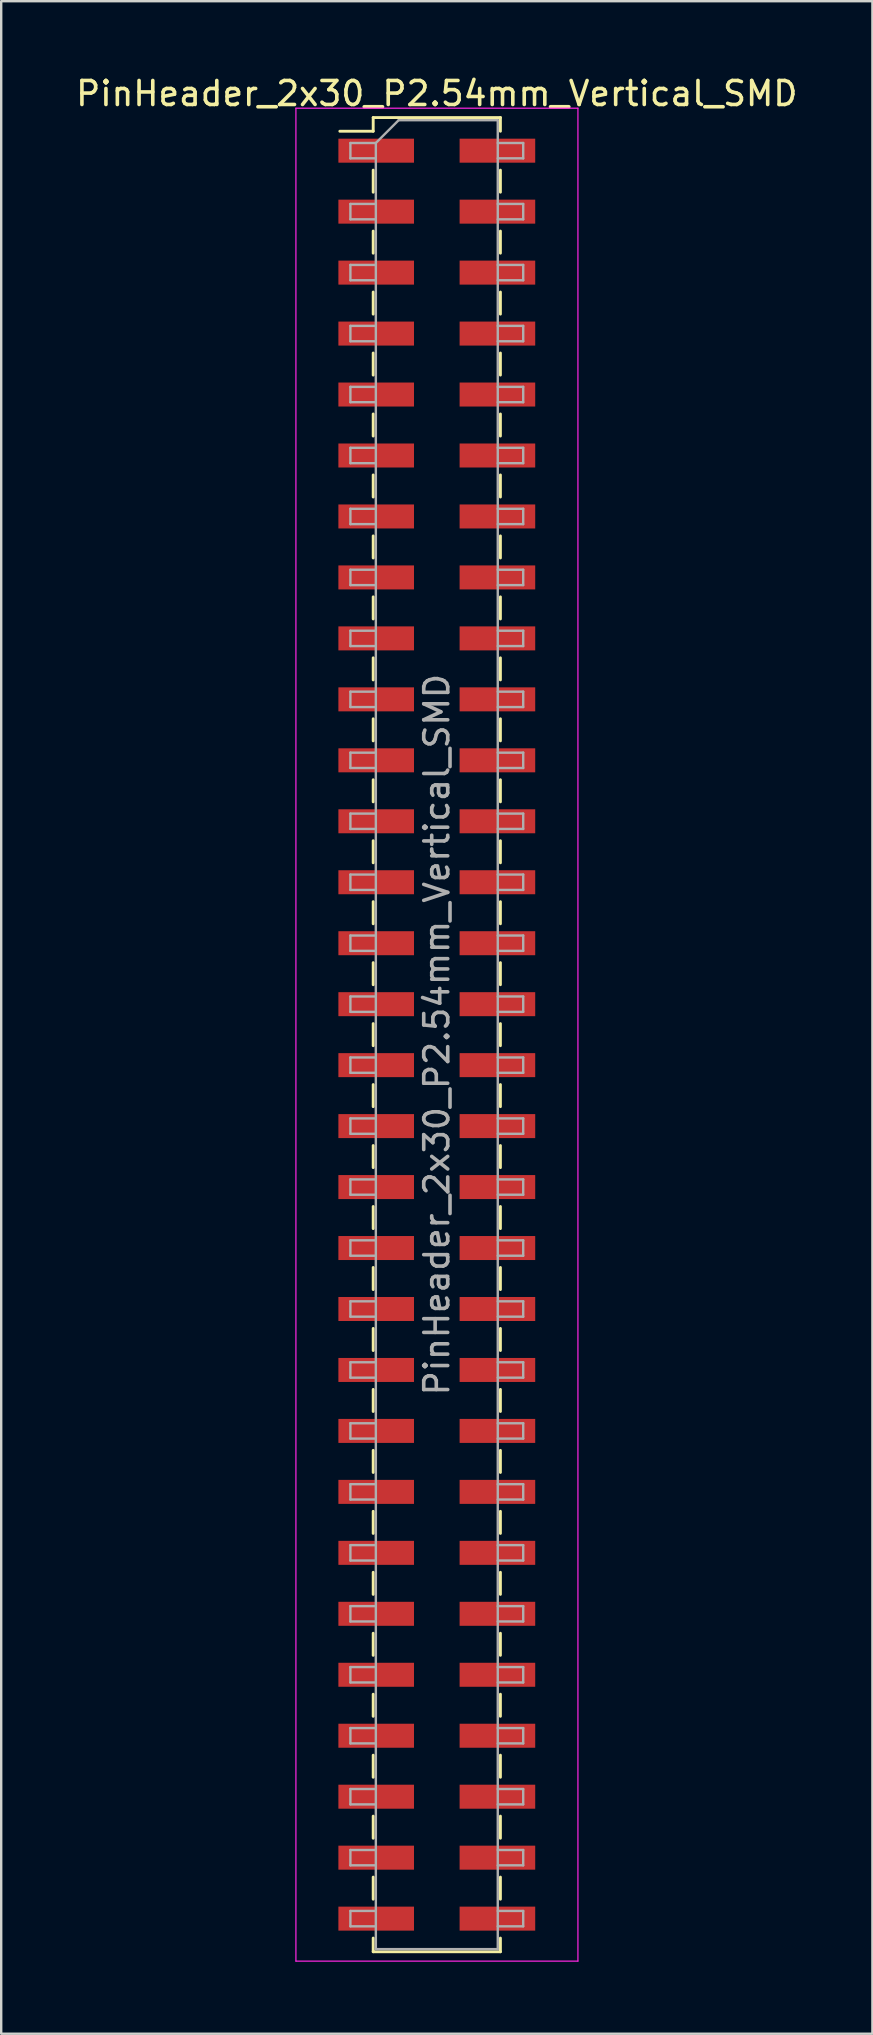
<source format=kicad_pcb>
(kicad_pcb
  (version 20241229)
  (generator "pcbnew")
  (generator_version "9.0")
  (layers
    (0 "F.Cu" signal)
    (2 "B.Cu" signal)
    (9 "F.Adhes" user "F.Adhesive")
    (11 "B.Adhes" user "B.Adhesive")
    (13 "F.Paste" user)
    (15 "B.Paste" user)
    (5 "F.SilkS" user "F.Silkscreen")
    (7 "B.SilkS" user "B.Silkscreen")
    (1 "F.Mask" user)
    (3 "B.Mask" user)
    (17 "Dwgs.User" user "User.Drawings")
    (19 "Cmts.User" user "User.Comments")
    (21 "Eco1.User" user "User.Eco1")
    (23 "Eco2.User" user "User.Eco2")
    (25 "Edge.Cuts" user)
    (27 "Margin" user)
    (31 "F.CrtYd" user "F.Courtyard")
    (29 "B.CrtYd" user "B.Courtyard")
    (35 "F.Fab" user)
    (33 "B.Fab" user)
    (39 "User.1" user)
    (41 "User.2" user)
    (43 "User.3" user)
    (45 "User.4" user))
  (footprint "PinHeader_2x30_P2.54mm_Vertical_SMD"
    (layer "F.Cu")
    (at 15.149 40.058)
    (property "Reference" "PinHeader_2x30_P2.54mm_Vertical_SMD" (at 0 -39.21 0) (layer "F.SilkS") (effects (font (size 1 1) (thickness 0.15))))
    (attr smd)
    (fp_line (start -4.04 -37.64) (end -2.65 -37.64) (stroke (width 0.12) (type solid)) (layer "F.SilkS"))
    (fp_line (start -2.65 -38.21) (end -2.65 -37.64) (stroke (width 0.12) (type solid)) (layer "F.SilkS"))
    (fp_line (start -2.65 -38.21) (end 2.65 -38.21) (stroke (width 0.12) (type solid)) (layer "F.SilkS"))
    (fp_line (start -2.65 -36.02) (end -2.65 -35.1) (stroke (width 0.12) (type solid)) (layer "F.SilkS"))
    (fp_line (start -2.65 -33.48) (end -2.65 -32.56) (stroke (width 0.12) (type solid)) (layer "F.SilkS"))
    (fp_line (start -2.65 -30.94) (end -2.65 -30.02) (stroke (width 0.12) (type solid)) (layer "F.SilkS"))
    (fp_line (start -2.65 -28.4) (end -2.65 -27.48) (stroke (width 0.12) (type solid)) (layer "F.SilkS"))
    (fp_line (start -2.65 -25.86) (end -2.65 -24.94) (stroke (width 0.12) (type solid)) (layer "F.SilkS"))
    (fp_line (start -2.65 -23.32) (end -2.65 -22.4) (stroke (width 0.12) (type solid)) (layer "F.SilkS"))
    (fp_line (start -2.65 -20.78) (end -2.65 -19.86) (stroke (width 0.12) (type solid)) (layer "F.SilkS"))
    (fp_line (start -2.65 -18.24) (end -2.65 -17.32) (stroke (width 0.12) (type solid)) (layer "F.SilkS"))
    (fp_line (start -2.65 -15.7) (end -2.65 -14.78) (stroke (width 0.12) (type solid)) (layer "F.SilkS"))
    (fp_line (start -2.65 -13.16) (end -2.65 -12.24) (stroke (width 0.12) (type solid)) (layer "F.SilkS"))
    (fp_line (start -2.65 -10.62) (end -2.65 -9.7) (stroke (width 0.12) (type solid)) (layer "F.SilkS"))
    (fp_line (start -2.65 -8.08) (end -2.65 -7.16) (stroke (width 0.12) (type solid)) (layer "F.SilkS"))
    (fp_line (start -2.65 -5.54) (end -2.65 -4.62) (stroke (width 0.12) (type solid)) (layer "F.SilkS"))
    (fp_line (start -2.65 -3) (end -2.65 -2.08) (stroke (width 0.12) (type solid)) (layer "F.SilkS"))
    (fp_line (start -2.65 -0.46) (end -2.65 0.46) (stroke (width 0.12) (type solid)) (layer "F.SilkS"))
    (fp_line (start -2.65 2.08) (end -2.65 3) (stroke (width 0.12) (type solid)) (layer "F.SilkS"))
    (fp_line (start -2.65 4.62) (end -2.65 5.54) (stroke (width 0.12) (type solid)) (layer "F.SilkS"))
    (fp_line (start -2.65 7.16) (end -2.65 8.08) (stroke (width 0.12) (type solid)) (layer "F.SilkS"))
    (fp_line (start -2.65 9.7) (end -2.65 10.62) (stroke (width 0.12) (type solid)) (layer "F.SilkS"))
    (fp_line (start -2.65 12.24) (end -2.65 13.16) (stroke (width 0.12) (type solid)) (layer "F.SilkS"))
    (fp_line (start -2.65 14.78) (end -2.65 15.7) (stroke (width 0.12) (type solid)) (layer "F.SilkS"))
    (fp_line (start -2.65 17.32) (end -2.65 18.24) (stroke (width 0.12) (type solid)) (layer "F.SilkS"))
    (fp_line (start -2.65 19.86) (end -2.65 20.78) (stroke (width 0.12) (type solid)) (layer "F.SilkS"))
    (fp_line (start -2.65 22.4) (end -2.65 23.32) (stroke (width 0.12) (type solid)) (layer "F.SilkS"))
    (fp_line (start -2.65 24.94) (end -2.65 25.86) (stroke (width 0.12) (type solid)) (layer "F.SilkS"))
    (fp_line (start -2.65 27.48) (end -2.65 28.4) (stroke (width 0.12) (type solid)) (layer "F.SilkS"))
    (fp_line (start -2.65 30.02) (end -2.65 30.94) (stroke (width 0.12) (type solid)) (layer "F.SilkS"))
    (fp_line (start -2.65 32.56) (end -2.65 33.48) (stroke (width 0.12) (type solid)) (layer "F.SilkS"))
    (fp_line (start -2.65 35.1) (end -2.65 36.02) (stroke (width 0.12) (type solid)) (layer "F.SilkS"))
    (fp_line (start -2.65 37.64) (end -2.65 38.21) (stroke (width 0.12) (type solid)) (layer "F.SilkS"))
    (fp_line (start -2.65 38.21) (end 2.65 38.21) (stroke (width 0.12) (type solid)) (layer "F.SilkS"))
    (fp_line (start 2.65 -38.21) (end 2.65 -37.64) (stroke (width 0.12) (type solid)) (layer "F.SilkS"))
    (fp_line (start 2.65 -36.02) (end 2.65 -35.1) (stroke (width 0.12) (type solid)) (layer "F.SilkS"))
    (fp_line (start 2.65 -33.48) (end 2.65 -32.56) (stroke (width 0.12) (type solid)) (layer "F.SilkS"))
    (fp_line (start 2.65 -30.94) (end 2.65 -30.02) (stroke (width 0.12) (type solid)) (layer "F.SilkS"))
    (fp_line (start 2.65 -28.4) (end 2.65 -27.48) (stroke (width 0.12) (type solid)) (layer "F.SilkS"))
    (fp_line (start 2.65 -25.86) (end 2.65 -24.94) (stroke (width 0.12) (type solid)) (layer "F.SilkS"))
    (fp_line (start 2.65 -23.32) (end 2.65 -22.4) (stroke (width 0.12) (type solid)) (layer "F.SilkS"))
    (fp_line (start 2.65 -20.78) (end 2.65 -19.86) (stroke (width 0.12) (type solid)) (layer "F.SilkS"))
    (fp_line (start 2.65 -18.24) (end 2.65 -17.32) (stroke (width 0.12) (type solid)) (layer "F.SilkS"))
    (fp_line (start 2.65 -15.7) (end 2.65 -14.78) (stroke (width 0.12) (type solid)) (layer "F.SilkS"))
    (fp_line (start 2.65 -13.16) (end 2.65 -12.24) (stroke (width 0.12) (type solid)) (layer "F.SilkS"))
    (fp_line (start 2.65 -10.62) (end 2.65 -9.7) (stroke (width 0.12) (type solid)) (layer "F.SilkS"))
    (fp_line (start 2.65 -8.08) (end 2.65 -7.16) (stroke (width 0.12) (type solid)) (layer "F.SilkS"))
    (fp_line (start 2.65 -5.54) (end 2.65 -4.62) (stroke (width 0.12) (type solid)) (layer "F.SilkS"))
    (fp_line (start 2.65 -3) (end 2.65 -2.08) (stroke (width 0.12) (type solid)) (layer "F.SilkS"))
    (fp_line (start 2.65 -0.46) (end 2.65 0.46) (stroke (width 0.12) (type solid)) (layer "F.SilkS"))
    (fp_line (start 2.65 2.08) (end 2.65 3) (stroke (width 0.12) (type solid)) (layer "F.SilkS"))
    (fp_line (start 2.65 4.62) (end 2.65 5.54) (stroke (width 0.12) (type solid)) (layer "F.SilkS"))
    (fp_line (start 2.65 7.16) (end 2.65 8.08) (stroke (width 0.12) (type solid)) (layer "F.SilkS"))
    (fp_line (start 2.65 9.7) (end 2.65 10.62) (stroke (width 0.12) (type solid)) (layer "F.SilkS"))
    (fp_line (start 2.65 12.24) (end 2.65 13.16) (stroke (width 0.12) (type solid)) (layer "F.SilkS"))
    (fp_line (start 2.65 14.78) (end 2.65 15.7) (stroke (width 0.12) (type solid)) (layer "F.SilkS"))
    (fp_line (start 2.65 17.32) (end 2.65 18.24) (stroke (width 0.12) (type solid)) (layer "F.SilkS"))
    (fp_line (start 2.65 19.86) (end 2.65 20.78) (stroke (width 0.12) (type solid)) (layer "F.SilkS"))
    (fp_line (start 2.65 22.4) (end 2.65 23.32) (stroke (width 0.12) (type solid)) (layer "F.SilkS"))
    (fp_line (start 2.65 24.94) (end 2.65 25.86) (stroke (width 0.12) (type solid)) (layer "F.SilkS"))
    (fp_line (start 2.65 27.48) (end 2.65 28.4) (stroke (width 0.12) (type solid)) (layer "F.SilkS"))
    (fp_line (start 2.65 30.02) (end 2.65 30.94) (stroke (width 0.12) (type solid)) (layer "F.SilkS"))
    (fp_line (start 2.65 32.56) (end 2.65 33.48) (stroke (width 0.12) (type solid)) (layer "F.SilkS"))
    (fp_line (start 2.65 35.1) (end 2.65 36.02) (stroke (width 0.12) (type solid)) (layer "F.SilkS"))
    (fp_line (start 2.65 37.64) (end 2.65 38.21) (stroke (width 0.12) (type solid)) (layer "F.SilkS"))
    (fp_line (start -5.87 -38.6) (end -5.87 38.6) (stroke (width 0.05) (type solid)) (layer "F.CrtYd"))
    (fp_line (start -5.87 38.6) (end 5.88 38.6) (stroke (width 0.05) (type solid)) (layer "F.CrtYd"))
    (fp_line (start 5.88 -38.6) (end -5.87 -38.6) (stroke (width 0.05) (type solid)) (layer "F.CrtYd"))
    (fp_line (start 5.88 38.6) (end 5.88 -38.6) (stroke (width 0.05) (type solid)) (layer "F.CrtYd"))
    (fp_line (start -3.6 -37.15) (end -3.6 -36.51) (stroke (width 0.1) (type solid)) (layer "F.Fab"))
    (fp_line (start -3.6 -36.51) (end -2.54 -36.51) (stroke (width 0.1) (type solid)) (layer "F.Fab"))
    (fp_line (start -3.6 -34.61) (end -3.6 -33.97) (stroke (width 0.1) (type solid)) (layer "F.Fab"))
    (fp_line (start -3.6 -33.97) (end -2.54 -33.97) (stroke (width 0.1) (type solid)) (layer "F.Fab"))
    (fp_line (start -3.6 -32.07) (end -3.6 -31.43) (stroke (width 0.1) (type solid)) (layer "F.Fab"))
    (fp_line (start -3.6 -31.43) (end -2.54 -31.43) (stroke (width 0.1) (type solid)) (layer "F.Fab"))
    (fp_line (start -3.6 -29.53) (end -3.6 -28.89) (stroke (width 0.1) (type solid)) (layer "F.Fab"))
    (fp_line (start -3.6 -28.89) (end -2.54 -28.89) (stroke (width 0.1) (type solid)) (layer "F.Fab"))
    (fp_line (start -3.6 -26.99) (end -3.6 -26.35) (stroke (width 0.1) (type solid)) (layer "F.Fab"))
    (fp_line (start -3.6 -26.35) (end -2.54 -26.35) (stroke (width 0.1) (type solid)) (layer "F.Fab"))
    (fp_line (start -3.6 -24.45) (end -3.6 -23.81) (stroke (width 0.1) (type solid)) (layer "F.Fab"))
    (fp_line (start -3.6 -23.81) (end -2.54 -23.81) (stroke (width 0.1) (type solid)) (layer "F.Fab"))
    (fp_line (start -3.6 -21.91) (end -3.6 -21.27) (stroke (width 0.1) (type solid)) (layer "F.Fab"))
    (fp_line (start -3.6 -21.27) (end -2.54 -21.27) (stroke (width 0.1) (type solid)) (layer "F.Fab"))
    (fp_line (start -3.6 -19.37) (end -3.6 -18.73) (stroke (width 0.1) (type solid)) (layer "F.Fab"))
    (fp_line (start -3.6 -18.73) (end -2.54 -18.73) (stroke (width 0.1) (type solid)) (layer "F.Fab"))
    (fp_line (start -3.6 -16.83) (end -3.6 -16.19) (stroke (width 0.1) (type solid)) (layer "F.Fab"))
    (fp_line (start -3.6 -16.19) (end -2.54 -16.19) (stroke (width 0.1) (type solid)) (layer "F.Fab"))
    (fp_line (start -3.6 -14.29) (end -3.6 -13.65) (stroke (width 0.1) (type solid)) (layer "F.Fab"))
    (fp_line (start -3.6 -13.65) (end -2.54 -13.65) (stroke (width 0.1) (type solid)) (layer "F.Fab"))
    (fp_line (start -3.6 -11.75) (end -3.6 -11.11) (stroke (width 0.1) (type solid)) (layer "F.Fab"))
    (fp_line (start -3.6 -11.11) (end -2.54 -11.11) (stroke (width 0.1) (type solid)) (layer "F.Fab"))
    (fp_line (start -3.6 -9.21) (end -3.6 -8.57) (stroke (width 0.1) (type solid)) (layer "F.Fab"))
    (fp_line (start -3.6 -8.57) (end -2.54 -8.57) (stroke (width 0.1) (type solid)) (layer "F.Fab"))
    (fp_line (start -3.6 -6.67) (end -3.6 -6.03) (stroke (width 0.1) (type solid)) (layer "F.Fab"))
    (fp_line (start -3.6 -6.03) (end -2.54 -6.03) (stroke (width 0.1) (type solid)) (layer "F.Fab"))
    (fp_line (start -3.6 -4.13) (end -3.6 -3.49) (stroke (width 0.1) (type solid)) (layer "F.Fab"))
    (fp_line (start -3.6 -3.49) (end -2.54 -3.49) (stroke (width 0.1) (type solid)) (layer "F.Fab"))
    (fp_line (start -3.6 -1.59) (end -3.6 -0.95) (stroke (width 0.1) (type solid)) (layer "F.Fab"))
    (fp_line (start -3.6 -0.95) (end -2.54 -0.95) (stroke (width 0.1) (type solid)) (layer "F.Fab"))
    (fp_line (start -3.6 0.95) (end -3.6 1.59) (stroke (width 0.1) (type solid)) (layer "F.Fab"))
    (fp_line (start -3.6 1.59) (end -2.54 1.59) (stroke (width 0.1) (type solid)) (layer "F.Fab"))
    (fp_line (start -3.6 3.49) (end -3.6 4.13) (stroke (width 0.1) (type solid)) (layer "F.Fab"))
    (fp_line (start -3.6 4.13) (end -2.54 4.13) (stroke (width 0.1) (type solid)) (layer "F.Fab"))
    (fp_line (start -3.6 6.03) (end -3.6 6.67) (stroke (width 0.1) (type solid)) (layer "F.Fab"))
    (fp_line (start -3.6 6.67) (end -2.54 6.67) (stroke (width 0.1) (type solid)) (layer "F.Fab"))
    (fp_line (start -3.6 8.57) (end -3.6 9.21) (stroke (width 0.1) (type solid)) (layer "F.Fab"))
    (fp_line (start -3.6 9.21) (end -2.54 9.21) (stroke (width 0.1) (type solid)) (layer "F.Fab"))
    (fp_line (start -3.6 11.11) (end -3.6 11.75) (stroke (width 0.1) (type solid)) (layer "F.Fab"))
    (fp_line (start -3.6 11.75) (end -2.54 11.75) (stroke (width 0.1) (type solid)) (layer "F.Fab"))
    (fp_line (start -3.6 13.65) (end -3.6 14.29) (stroke (width 0.1) (type solid)) (layer "F.Fab"))
    (fp_line (start -3.6 14.29) (end -2.54 14.29) (stroke (width 0.1) (type solid)) (layer "F.Fab"))
    (fp_line (start -3.6 16.19) (end -3.6 16.83) (stroke (width 0.1) (type solid)) (layer "F.Fab"))
    (fp_line (start -3.6 16.83) (end -2.54 16.83) (stroke (width 0.1) (type solid)) (layer "F.Fab"))
    (fp_line (start -3.6 18.73) (end -3.6 19.37) (stroke (width 0.1) (type solid)) (layer "F.Fab"))
    (fp_line (start -3.6 19.37) (end -2.54 19.37) (stroke (width 0.1) (type solid)) (layer "F.Fab"))
    (fp_line (start -3.6 21.27) (end -3.6 21.91) (stroke (width 0.1) (type solid)) (layer "F.Fab"))
    (fp_line (start -3.6 21.91) (end -2.54 21.91) (stroke (width 0.1) (type solid)) (layer "F.Fab"))
    (fp_line (start -3.6 23.81) (end -3.6 24.45) (stroke (width 0.1) (type solid)) (layer "F.Fab"))
    (fp_line (start -3.6 24.45) (end -2.54 24.45) (stroke (width 0.1) (type solid)) (layer "F.Fab"))
    (fp_line (start -3.6 26.35) (end -3.6 26.99) (stroke (width 0.1) (type solid)) (layer "F.Fab"))
    (fp_line (start -3.6 26.99) (end -2.54 26.99) (stroke (width 0.1) (type solid)) (layer "F.Fab"))
    (fp_line (start -3.6 28.89) (end -3.6 29.53) (stroke (width 0.1) (type solid)) (layer "F.Fab"))
    (fp_line (start -3.6 29.53) (end -2.54 29.53) (stroke (width 0.1) (type solid)) (layer "F.Fab"))
    (fp_line (start -3.6 31.43) (end -3.6 32.07) (stroke (width 0.1) (type solid)) (layer "F.Fab"))
    (fp_line (start -3.6 32.07) (end -2.54 32.07) (stroke (width 0.1) (type solid)) (layer "F.Fab"))
    (fp_line (start -3.6 33.97) (end -3.6 34.61) (stroke (width 0.1) (type solid)) (layer "F.Fab"))
    (fp_line (start -3.6 34.61) (end -2.54 34.61) (stroke (width 0.1) (type solid)) (layer "F.Fab"))
    (fp_line (start -3.6 36.51) (end -3.6 37.15) (stroke (width 0.1) (type solid)) (layer "F.Fab"))
    (fp_line (start -3.6 37.15) (end -2.54 37.15) (stroke (width 0.1) (type solid)) (layer "F.Fab"))
    (fp_line (start -2.54 -37.15) (end -3.6 -37.15) (stroke (width 0.1) (type solid)) (layer "F.Fab"))
    (fp_line (start -2.54 -37.15) (end -1.59 -38.1) (stroke (width 0.1) (type solid)) (layer "F.Fab"))
    (fp_line (start -2.54 -34.61) (end -3.6 -34.61) (stroke (width 0.1) (type solid)) (layer "F.Fab"))
    (fp_line (start -2.54 -32.07) (end -3.6 -32.07) (stroke (width 0.1) (type solid)) (layer "F.Fab"))
    (fp_line (start -2.54 -29.53) (end -3.6 -29.53) (stroke (width 0.1) (type solid)) (layer "F.Fab"))
    (fp_line (start -2.54 -26.99) (end -3.6 -26.99) (stroke (width 0.1) (type solid)) (layer "F.Fab"))
    (fp_line (start -2.54 -24.45) (end -3.6 -24.45) (stroke (width 0.1) (type solid)) (layer "F.Fab"))
    (fp_line (start -2.54 -21.91) (end -3.6 -21.91) (stroke (width 0.1) (type solid)) (layer "F.Fab"))
    (fp_line (start -2.54 -19.37) (end -3.6 -19.37) (stroke (width 0.1) (type solid)) (layer "F.Fab"))
    (fp_line (start -2.54 -16.83) (end -3.6 -16.83) (stroke (width 0.1) (type solid)) (layer "F.Fab"))
    (fp_line (start -2.54 -14.29) (end -3.6 -14.29) (stroke (width 0.1) (type solid)) (layer "F.Fab"))
    (fp_line (start -2.54 -11.75) (end -3.6 -11.75) (stroke (width 0.1) (type solid)) (layer "F.Fab"))
    (fp_line (start -2.54 -9.21) (end -3.6 -9.21) (stroke (width 0.1) (type solid)) (layer "F.Fab"))
    (fp_line (start -2.54 -6.67) (end -3.6 -6.67) (stroke (width 0.1) (type solid)) (layer "F.Fab"))
    (fp_line (start -2.54 -4.13) (end -3.6 -4.13) (stroke (width 0.1) (type solid)) (layer "F.Fab"))
    (fp_line (start -2.54 -1.59) (end -3.6 -1.59) (stroke (width 0.1) (type solid)) (layer "F.Fab"))
    (fp_line (start -2.54 0.95) (end -3.6 0.95) (stroke (width 0.1) (type solid)) (layer "F.Fab"))
    (fp_line (start -2.54 3.49) (end -3.6 3.49) (stroke (width 0.1) (type solid)) (layer "F.Fab"))
    (fp_line (start -2.54 6.03) (end -3.6 6.03) (stroke (width 0.1) (type solid)) (layer "F.Fab"))
    (fp_line (start -2.54 8.57) (end -3.6 8.57) (stroke (width 0.1) (type solid)) (layer "F.Fab"))
    (fp_line (start -2.54 11.11) (end -3.6 11.11) (stroke (width 0.1) (type solid)) (layer "F.Fab"))
    (fp_line (start -2.54 13.65) (end -3.6 13.65) (stroke (width 0.1) (type solid)) (layer "F.Fab"))
    (fp_line (start -2.54 16.19) (end -3.6 16.19) (stroke (width 0.1) (type solid)) (layer "F.Fab"))
    (fp_line (start -2.54 18.73) (end -3.6 18.73) (stroke (width 0.1) (type solid)) (layer "F.Fab"))
    (fp_line (start -2.54 21.27) (end -3.6 21.27) (stroke (width 0.1) (type solid)) (layer "F.Fab"))
    (fp_line (start -2.54 23.81) (end -3.6 23.81) (stroke (width 0.1) (type solid)) (layer "F.Fab"))
    (fp_line (start -2.54 26.35) (end -3.6 26.35) (stroke (width 0.1) (type solid)) (layer "F.Fab"))
    (fp_line (start -2.54 28.89) (end -3.6 28.89) (stroke (width 0.1) (type solid)) (layer "F.Fab"))
    (fp_line (start -2.54 31.43) (end -3.6 31.43) (stroke (width 0.1) (type solid)) (layer "F.Fab"))
    (fp_line (start -2.54 33.97) (end -3.6 33.97) (stroke (width 0.1) (type solid)) (layer "F.Fab"))
    (fp_line (start -2.54 36.51) (end -3.6 36.51) (stroke (width 0.1) (type solid)) (layer "F.Fab"))
    (fp_line (start -2.54 38.1) (end -2.54 -37.15) (stroke (width 0.1) (type solid)) (layer "F.Fab"))
    (fp_line (start -1.59 -38.1) (end 2.54 -38.1) (stroke (width 0.1) (type solid)) (layer "F.Fab"))
    (fp_line (start 2.54 -38.1) (end 2.54 38.1) (stroke (width 0.1) (type solid)) (layer "F.Fab"))
    (fp_line (start 2.54 -37.15) (end 3.6 -37.15) (stroke (width 0.1) (type solid)) (layer "F.Fab"))
    (fp_line (start 2.54 -34.61) (end 3.6 -34.61) (stroke (width 0.1) (type solid)) (layer "F.Fab"))
    (fp_line (start 2.54 -32.07) (end 3.6 -32.07) (stroke (width 0.1) (type solid)) (layer "F.Fab"))
    (fp_line (start 2.54 -29.53) (end 3.6 -29.53) (stroke (width 0.1) (type solid)) (layer "F.Fab"))
    (fp_line (start 2.54 -26.99) (end 3.6 -26.99) (stroke (width 0.1) (type solid)) (layer "F.Fab"))
    (fp_line (start 2.54 -24.45) (end 3.6 -24.45) (stroke (width 0.1) (type solid)) (layer "F.Fab"))
    (fp_line (start 2.54 -21.91) (end 3.6 -21.91) (stroke (width 0.1) (type solid)) (layer "F.Fab"))
    (fp_line (start 2.54 -19.37) (end 3.6 -19.37) (stroke (width 0.1) (type solid)) (layer "F.Fab"))
    (fp_line (start 2.54 -16.83) (end 3.6 -16.83) (stroke (width 0.1) (type solid)) (layer "F.Fab"))
    (fp_line (start 2.54 -14.29) (end 3.6 -14.29) (stroke (width 0.1) (type solid)) (layer "F.Fab"))
    (fp_line (start 2.54 -11.75) (end 3.6 -11.75) (stroke (width 0.1) (type solid)) (layer "F.Fab"))
    (fp_line (start 2.54 -9.21) (end 3.6 -9.21) (stroke (width 0.1) (type solid)) (layer "F.Fab"))
    (fp_line (start 2.54 -6.67) (end 3.6 -6.67) (stroke (width 0.1) (type solid)) (layer "F.Fab"))
    (fp_line (start 2.54 -4.13) (end 3.6 -4.13) (stroke (width 0.1) (type solid)) (layer "F.Fab"))
    (fp_line (start 2.54 -1.59) (end 3.6 -1.59) (stroke (width 0.1) (type solid)) (layer "F.Fab"))
    (fp_line (start 2.54 0.95) (end 3.6 0.95) (stroke (width 0.1) (type solid)) (layer "F.Fab"))
    (fp_line (start 2.54 3.49) (end 3.6 3.49) (stroke (width 0.1) (type solid)) (layer "F.Fab"))
    (fp_line (start 2.54 6.03) (end 3.6 6.03) (stroke (width 0.1) (type solid)) (layer "F.Fab"))
    (fp_line (start 2.54 8.57) (end 3.6 8.57) (stroke (width 0.1) (type solid)) (layer "F.Fab"))
    (fp_line (start 2.54 11.11) (end 3.6 11.11) (stroke (width 0.1) (type solid)) (layer "F.Fab"))
    (fp_line (start 2.54 13.65) (end 3.6 13.65) (stroke (width 0.1) (type solid)) (layer "F.Fab"))
    (fp_line (start 2.54 16.19) (end 3.6 16.19) (stroke (width 0.1) (type solid)) (layer "F.Fab"))
    (fp_line (start 2.54 18.73) (end 3.6 18.73) (stroke (width 0.1) (type solid)) (layer "F.Fab"))
    (fp_line (start 2.54 21.27) (end 3.6 21.27) (stroke (width 0.1) (type solid)) (layer "F.Fab"))
    (fp_line (start 2.54 23.81) (end 3.6 23.81) (stroke (width 0.1) (type solid)) (layer "F.Fab"))
    (fp_line (start 2.54 26.35) (end 3.6 26.35) (stroke (width 0.1) (type solid)) (layer "F.Fab"))
    (fp_line (start 2.54 28.89) (end 3.6 28.89) (stroke (width 0.1) (type solid)) (layer "F.Fab"))
    (fp_line (start 2.54 31.43) (end 3.6 31.43) (stroke (width 0.1) (type solid)) (layer "F.Fab"))
    (fp_line (start 2.54 33.97) (end 3.6 33.97) (stroke (width 0.1) (type solid)) (layer "F.Fab"))
    (fp_line (start 2.54 36.51) (end 3.6 36.51) (stroke (width 0.1) (type solid)) (layer "F.Fab"))
    (fp_line (start 2.54 38.1) (end -2.54 38.1) (stroke (width 0.1) (type solid)) (layer "F.Fab"))
    (fp_line (start 3.6 -37.15) (end 3.6 -36.51) (stroke (width 0.1) (type solid)) (layer "F.Fab"))
    (fp_line (start 3.6 -36.51) (end 2.54 -36.51) (stroke (width 0.1) (type solid)) (layer "F.Fab"))
    (fp_line (start 3.6 -34.61) (end 3.6 -33.97) (stroke (width 0.1) (type solid)) (layer "F.Fab"))
    (fp_line (start 3.6 -33.97) (end 2.54 -33.97) (stroke (width 0.1) (type solid)) (layer "F.Fab"))
    (fp_line (start 3.6 -32.07) (end 3.6 -31.43) (stroke (width 0.1) (type solid)) (layer "F.Fab"))
    (fp_line (start 3.6 -31.43) (end 2.54 -31.43) (stroke (width 0.1) (type solid)) (layer "F.Fab"))
    (fp_line (start 3.6 -29.53) (end 3.6 -28.89) (stroke (width 0.1) (type solid)) (layer "F.Fab"))
    (fp_line (start 3.6 -28.89) (end 2.54 -28.89) (stroke (width 0.1) (type solid)) (layer "F.Fab"))
    (fp_line (start 3.6 -26.99) (end 3.6 -26.35) (stroke (width 0.1) (type solid)) (layer "F.Fab"))
    (fp_line (start 3.6 -26.35) (end 2.54 -26.35) (stroke (width 0.1) (type solid)) (layer "F.Fab"))
    (fp_line (start 3.6 -24.45) (end 3.6 -23.81) (stroke (width 0.1) (type solid)) (layer "F.Fab"))
    (fp_line (start 3.6 -23.81) (end 2.54 -23.81) (stroke (width 0.1) (type solid)) (layer "F.Fab"))
    (fp_line (start 3.6 -21.91) (end 3.6 -21.27) (stroke (width 0.1) (type solid)) (layer "F.Fab"))
    (fp_line (start 3.6 -21.27) (end 2.54 -21.27) (stroke (width 0.1) (type solid)) (layer "F.Fab"))
    (fp_line (start 3.6 -19.37) (end 3.6 -18.73) (stroke (width 0.1) (type solid)) (layer "F.Fab"))
    (fp_line (start 3.6 -18.73) (end 2.54 -18.73) (stroke (width 0.1) (type solid)) (layer "F.Fab"))
    (fp_line (start 3.6 -16.83) (end 3.6 -16.19) (stroke (width 0.1) (type solid)) (layer "F.Fab"))
    (fp_line (start 3.6 -16.19) (end 2.54 -16.19) (stroke (width 0.1) (type solid)) (layer "F.Fab"))
    (fp_line (start 3.6 -14.29) (end 3.6 -13.65) (stroke (width 0.1) (type solid)) (layer "F.Fab"))
    (fp_line (start 3.6 -13.65) (end 2.54 -13.65) (stroke (width 0.1) (type solid)) (layer "F.Fab"))
    (fp_line (start 3.6 -11.75) (end 3.6 -11.11) (stroke (width 0.1) (type solid)) (layer "F.Fab"))
    (fp_line (start 3.6 -11.11) (end 2.54 -11.11) (stroke (width 0.1) (type solid)) (layer "F.Fab"))
    (fp_line (start 3.6 -9.21) (end 3.6 -8.57) (stroke (width 0.1) (type solid)) (layer "F.Fab"))
    (fp_line (start 3.6 -8.57) (end 2.54 -8.57) (stroke (width 0.1) (type solid)) (layer "F.Fab"))
    (fp_line (start 3.6 -6.67) (end 3.6 -6.03) (stroke (width 0.1) (type solid)) (layer "F.Fab"))
    (fp_line (start 3.6 -6.03) (end 2.54 -6.03) (stroke (width 0.1) (type solid)) (layer "F.Fab"))
    (fp_line (start 3.6 -4.13) (end 3.6 -3.49) (stroke (width 0.1) (type solid)) (layer "F.Fab"))
    (fp_line (start 3.6 -3.49) (end 2.54 -3.49) (stroke (width 0.1) (type solid)) (layer "F.Fab"))
    (fp_line (start 3.6 -1.59) (end 3.6 -0.95) (stroke (width 0.1) (type solid)) (layer "F.Fab"))
    (fp_line (start 3.6 -0.95) (end 2.54 -0.95) (stroke (width 0.1) (type solid)) (layer "F.Fab"))
    (fp_line (start 3.6 0.95) (end 3.6 1.59) (stroke (width 0.1) (type solid)) (layer "F.Fab"))
    (fp_line (start 3.6 1.59) (end 2.54 1.59) (stroke (width 0.1) (type solid)) (layer "F.Fab"))
    (fp_line (start 3.6 3.49) (end 3.6 4.13) (stroke (width 0.1) (type solid)) (layer "F.Fab"))
    (fp_line (start 3.6 4.13) (end 2.54 4.13) (stroke (width 0.1) (type solid)) (layer "F.Fab"))
    (fp_line (start 3.6 6.03) (end 3.6 6.67) (stroke (width 0.1) (type solid)) (layer "F.Fab"))
    (fp_line (start 3.6 6.67) (end 2.54 6.67) (stroke (width 0.1) (type solid)) (layer "F.Fab"))
    (fp_line (start 3.6 8.57) (end 3.6 9.21) (stroke (width 0.1) (type solid)) (layer "F.Fab"))
    (fp_line (start 3.6 9.21) (end 2.54 9.21) (stroke (width 0.1) (type solid)) (layer "F.Fab"))
    (fp_line (start 3.6 11.11) (end 3.6 11.75) (stroke (width 0.1) (type solid)) (layer "F.Fab"))
    (fp_line (start 3.6 11.75) (end 2.54 11.75) (stroke (width 0.1) (type solid)) (layer "F.Fab"))
    (fp_line (start 3.6 13.65) (end 3.6 14.29) (stroke (width 0.1) (type solid)) (layer "F.Fab"))
    (fp_line (start 3.6 14.29) (end 2.54 14.29) (stroke (width 0.1) (type solid)) (layer "F.Fab"))
    (fp_line (start 3.6 16.19) (end 3.6 16.83) (stroke (width 0.1) (type solid)) (layer "F.Fab"))
    (fp_line (start 3.6 16.83) (end 2.54 16.83) (stroke (width 0.1) (type solid)) (layer "F.Fab"))
    (fp_line (start 3.6 18.73) (end 3.6 19.37) (stroke (width 0.1) (type solid)) (layer "F.Fab"))
    (fp_line (start 3.6 19.37) (end 2.54 19.37) (stroke (width 0.1) (type solid)) (layer "F.Fab"))
    (fp_line (start 3.6 21.27) (end 3.6 21.91) (stroke (width 0.1) (type solid)) (layer "F.Fab"))
    (fp_line (start 3.6 21.91) (end 2.54 21.91) (stroke (width 0.1) (type solid)) (layer "F.Fab"))
    (fp_line (start 3.6 23.81) (end 3.6 24.45) (stroke (width 0.1) (type solid)) (layer "F.Fab"))
    (fp_line (start 3.6 24.45) (end 2.54 24.45) (stroke (width 0.1) (type solid)) (layer "F.Fab"))
    (fp_line (start 3.6 26.35) (end 3.6 26.99) (stroke (width 0.1) (type solid)) (layer "F.Fab"))
    (fp_line (start 3.6 26.99) (end 2.54 26.99) (stroke (width 0.1) (type solid)) (layer "F.Fab"))
    (fp_line (start 3.6 28.89) (end 3.6 29.53) (stroke (width 0.1) (type solid)) (layer "F.Fab"))
    (fp_line (start 3.6 29.53) (end 2.54 29.53) (stroke (width 0.1) (type solid)) (layer "F.Fab"))
    (fp_line (start 3.6 31.43) (end 3.6 32.07) (stroke (width 0.1) (type solid)) (layer "F.Fab"))
    (fp_line (start 3.6 32.07) (end 2.54 32.07) (stroke (width 0.1) (type solid)) (layer "F.Fab"))
    (fp_line (start 3.6 33.97) (end 3.6 34.61) (stroke (width 0.1) (type solid)) (layer "F.Fab"))
    (fp_line (start 3.6 34.61) (end 2.54 34.61) (stroke (width 0.1) (type solid)) (layer "F.Fab"))
    (fp_line (start 3.6 36.51) (end 3.6 37.15) (stroke (width 0.1) (type solid)) (layer "F.Fab"))
    (fp_line (start 3.6 37.15) (end 2.54 37.15) (stroke (width 0.1) (type solid)) (layer "F.Fab"))
    (fp_text user "${REFERENCE}" (at 0 0 90) (layer "F.Fab") (effects (font (size 1 1) (thickness 0.15))))
    (pad "1" smd rect (at -2.525 -36.83) (size 3.15 1) (layers "F.Cu" "F.Mask" "F.Paste"))
    (pad "2" smd rect (at 2.525 -36.83) (size 3.15 1) (layers "F.Cu" "F.Mask" "F.Paste"))
    (pad "3" smd rect (at -2.525 -34.29) (size 3.15 1) (layers "F.Cu" "F.Mask" "F.Paste"))
    (pad "4" smd rect (at 2.525 -34.29) (size 3.15 1) (layers "F.Cu" "F.Mask" "F.Paste"))
    (pad "5" smd rect (at -2.525 -31.75) (size 3.15 1) (layers "F.Cu" "F.Mask" "F.Paste"))
    (pad "6" smd rect (at 2.525 -31.75) (size 3.15 1) (layers "F.Cu" "F.Mask" "F.Paste"))
    (pad "7" smd rect (at -2.525 -29.21) (size 3.15 1) (layers "F.Cu" "F.Mask" "F.Paste"))
    (pad "8" smd rect (at 2.525 -29.21) (size 3.15 1) (layers "F.Cu" "F.Mask" "F.Paste"))
    (pad "9" smd rect (at -2.525 -26.67) (size 3.15 1) (layers "F.Cu" "F.Mask" "F.Paste"))
    (pad "10" smd rect (at 2.525 -26.67) (size 3.15 1) (layers "F.Cu" "F.Mask" "F.Paste"))
    (pad "11" smd rect (at -2.525 -24.13) (size 3.15 1) (layers "F.Cu" "F.Mask" "F.Paste"))
    (pad "12" smd rect (at 2.525 -24.13) (size 3.15 1) (layers "F.Cu" "F.Mask" "F.Paste"))
    (pad "13" smd rect (at -2.525 -21.59) (size 3.15 1) (layers "F.Cu" "F.Mask" "F.Paste"))
    (pad "14" smd rect (at 2.525 -21.59) (size 3.15 1) (layers "F.Cu" "F.Mask" "F.Paste"))
    (pad "15" smd rect (at -2.525 -19.05) (size 3.15 1) (layers "F.Cu" "F.Mask" "F.Paste"))
    (pad "16" smd rect (at 2.525 -19.05) (size 3.15 1) (layers "F.Cu" "F.Mask" "F.Paste"))
    (pad "17" smd rect (at -2.525 -16.51) (size 3.15 1) (layers "F.Cu" "F.Mask" "F.Paste"))
    (pad "18" smd rect (at 2.525 -16.51) (size 3.15 1) (layers "F.Cu" "F.Mask" "F.Paste"))
    (pad "19" smd rect (at -2.525 -13.97) (size 3.15 1) (layers "F.Cu" "F.Mask" "F.Paste"))
    (pad "20" smd rect (at 2.525 -13.97) (size 3.15 1) (layers "F.Cu" "F.Mask" "F.Paste"))
    (pad "21" smd rect (at -2.525 -11.43) (size 3.15 1) (layers "F.Cu" "F.Mask" "F.Paste"))
    (pad "22" smd rect (at 2.525 -11.43) (size 3.15 1) (layers "F.Cu" "F.Mask" "F.Paste"))
    (pad "23" smd rect (at -2.525 -8.89) (size 3.15 1) (layers "F.Cu" "F.Mask" "F.Paste"))
    (pad "24" smd rect (at 2.525 -8.89) (size 3.15 1) (layers "F.Cu" "F.Mask" "F.Paste"))
    (pad "25" smd rect (at -2.525 -6.35) (size 3.15 1) (layers "F.Cu" "F.Mask" "F.Paste"))
    (pad "26" smd rect (at 2.525 -6.35) (size 3.15 1) (layers "F.Cu" "F.Mask" "F.Paste"))
    (pad "27" smd rect (at -2.525 -3.81) (size 3.15 1) (layers "F.Cu" "F.Mask" "F.Paste"))
    (pad "28" smd rect (at 2.525 -3.81) (size 3.15 1) (layers "F.Cu" "F.Mask" "F.Paste"))
    (pad "29" smd rect (at -2.525 -1.27) (size 3.15 1) (layers "F.Cu" "F.Mask" "F.Paste"))
    (pad "30" smd rect (at 2.525 -1.27) (size 3.15 1) (layers "F.Cu" "F.Mask" "F.Paste"))
    (pad "31" smd rect (at -2.525 1.27) (size 3.15 1) (layers "F.Cu" "F.Mask" "F.Paste"))
    (pad "32" smd rect (at 2.525 1.27) (size 3.15 1) (layers "F.Cu" "F.Mask" "F.Paste"))
    (pad "33" smd rect (at -2.525 3.81) (size 3.15 1) (layers "F.Cu" "F.Mask" "F.Paste"))
    (pad "34" smd rect (at 2.525 3.81) (size 3.15 1) (layers "F.Cu" "F.Mask" "F.Paste"))
    (pad "35" smd rect (at -2.525 6.35) (size 3.15 1) (layers "F.Cu" "F.Mask" "F.Paste"))
    (pad "36" smd rect (at 2.525 6.35) (size 3.15 1) (layers "F.Cu" "F.Mask" "F.Paste"))
    (pad "37" smd rect (at -2.525 8.89) (size 3.15 1) (layers "F.Cu" "F.Mask" "F.Paste"))
    (pad "38" smd rect (at 2.525 8.89) (size 3.15 1) (layers "F.Cu" "F.Mask" "F.Paste"))
    (pad "39" smd rect (at -2.525 11.43) (size 3.15 1) (layers "F.Cu" "F.Mask" "F.Paste"))
    (pad "40" smd rect (at 2.525 11.43) (size 3.15 1) (layers "F.Cu" "F.Mask" "F.Paste"))
    (pad "41" smd rect (at -2.525 13.97) (size 3.15 1) (layers "F.Cu" "F.Mask" "F.Paste"))
    (pad "42" smd rect (at 2.525 13.97) (size 3.15 1) (layers "F.Cu" "F.Mask" "F.Paste"))
    (pad "43" smd rect (at -2.525 16.51) (size 3.15 1) (layers "F.Cu" "F.Mask" "F.Paste"))
    (pad "44" smd rect (at 2.525 16.51) (size 3.15 1) (layers "F.Cu" "F.Mask" "F.Paste"))
    (pad "45" smd rect (at -2.525 19.05) (size 3.15 1) (layers "F.Cu" "F.Mask" "F.Paste"))
    (pad "46" smd rect (at 2.525 19.05) (size 3.15 1) (layers "F.Cu" "F.Mask" "F.Paste"))
    (pad "47" smd rect (at -2.525 21.59) (size 3.15 1) (layers "F.Cu" "F.Mask" "F.Paste"))
    (pad "48" smd rect (at 2.525 21.59) (size 3.15 1) (layers "F.Cu" "F.Mask" "F.Paste"))
    (pad "49" smd rect (at -2.525 24.13) (size 3.15 1) (layers "F.Cu" "F.Mask" "F.Paste"))
    (pad "50" smd rect (at 2.525 24.13) (size 3.15 1) (layers "F.Cu" "F.Mask" "F.Paste"))
    (pad "51" smd rect (at -2.525 26.67) (size 3.15 1) (layers "F.Cu" "F.Mask" "F.Paste"))
    (pad "52" smd rect (at 2.525 26.67) (size 3.15 1) (layers "F.Cu" "F.Mask" "F.Paste"))
    (pad "53" smd rect (at -2.525 29.21) (size 3.15 1) (layers "F.Cu" "F.Mask" "F.Paste"))
    (pad "54" smd rect (at 2.525 29.21) (size 3.15 1) (layers "F.Cu" "F.Mask" "F.Paste"))
    (pad "55" smd rect (at -2.525 31.75) (size 3.15 1) (layers "F.Cu" "F.Mask" "F.Paste"))
    (pad "56" smd rect (at 2.525 31.75) (size 3.15 1) (layers "F.Cu" "F.Mask" "F.Paste"))
    (pad "57" smd rect (at -2.525 34.29) (size 3.15 1) (layers "F.Cu" "F.Mask" "F.Paste"))
    (pad "58" smd rect (at 2.525 34.29) (size 3.15 1) (layers "F.Cu" "F.Mask" "F.Paste"))
    (pad "59" smd rect (at -2.525 36.83) (size 3.15 1) (layers "F.Cu" "F.Mask" "F.Paste"))
    (pad "60" smd rect (at 2.525 36.83) (size 3.15 1) (layers "F.Cu" "F.Mask" "F.Paste")))
  (gr_rect
    (start -3 -3)
    (end 33.298 81.683)
    (stroke (width 0.1) (type default))
    (fill no)
    (layer "Edge.Cuts")))
</source>
